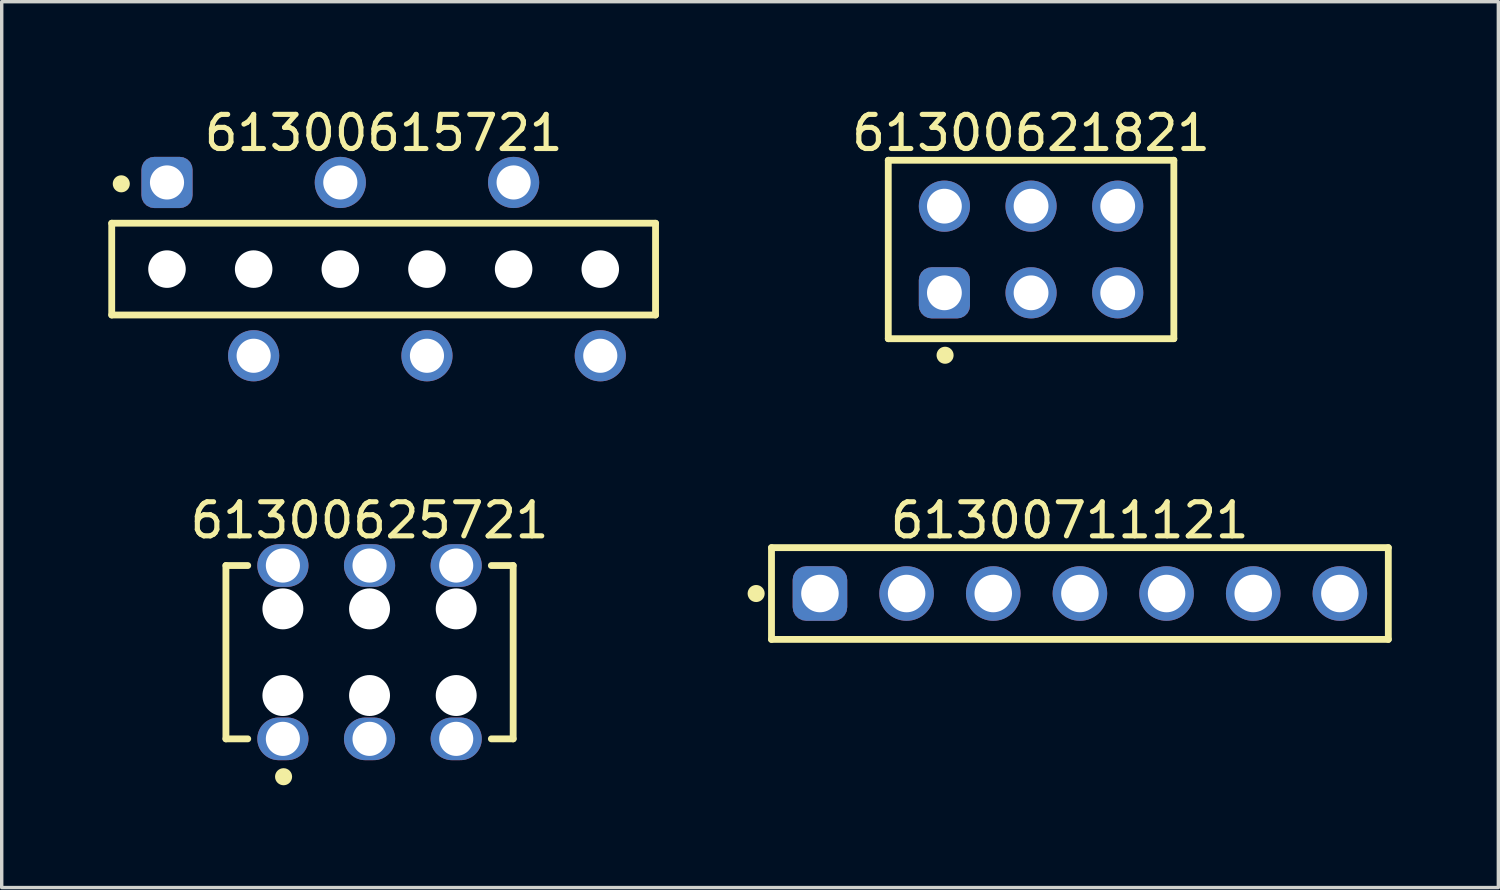
<source format=kicad_pcb>
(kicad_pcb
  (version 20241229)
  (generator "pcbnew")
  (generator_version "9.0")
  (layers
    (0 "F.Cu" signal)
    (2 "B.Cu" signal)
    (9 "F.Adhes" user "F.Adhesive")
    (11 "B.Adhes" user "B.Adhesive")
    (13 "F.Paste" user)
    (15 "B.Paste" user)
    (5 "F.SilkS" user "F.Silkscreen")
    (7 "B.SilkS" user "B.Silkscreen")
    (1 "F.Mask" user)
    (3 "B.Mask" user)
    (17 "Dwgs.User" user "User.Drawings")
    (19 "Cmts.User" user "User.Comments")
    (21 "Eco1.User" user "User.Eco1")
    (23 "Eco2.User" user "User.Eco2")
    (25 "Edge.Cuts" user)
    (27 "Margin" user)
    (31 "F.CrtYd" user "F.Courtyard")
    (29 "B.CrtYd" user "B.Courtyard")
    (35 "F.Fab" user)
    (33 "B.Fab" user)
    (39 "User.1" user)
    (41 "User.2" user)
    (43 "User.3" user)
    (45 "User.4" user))
  (footprint "61300625721"
    (layer "F.Cu")
    (at 7.782 16.067)
    (property "Reference" "61300625721" (at 0 -3.865 0) (layer "F.SilkS") (effects (font (size 1 1) (thickness 0.15))))
    (fp_line (start -4.21 -2.54) (end -3.57 -2.54) (stroke (width 0.2) (type solid)) (layer "F.SilkS"))
    (fp_line (start -4.21 2.54) (end -4.21 -2.54) (stroke (width 0.2) (type solid)) (layer "F.SilkS"))
    (fp_line (start -4.21 2.54) (end -3.57 2.54) (stroke (width 0.2) (type solid)) (layer "F.SilkS"))
    (fp_line (start 3.57 -2.54) (end 4.21 -2.54) (stroke (width 0.2) (type solid)) (layer "F.SilkS"))
    (fp_line (start 3.57 2.54) (end 4.21 2.54) (stroke (width 0.2) (type solid)) (layer "F.SilkS"))
    (fp_line (start 4.21 2.54) (end 4.21 -2.54) (stroke (width 0.2) (type solid)) (layer "F.SilkS"))
    (fp_circle (center -2.52 3.65) (end -2.52 3.525) (stroke (width 0.25) (type solid)) (fill no) (layer "F.SilkS"))
    (fp_line (start -4.41 -3.365) (end 4.41 -3.365) (stroke (width 0.05) (type solid)) (layer "Eco2.User"))
    (fp_line (start -4.41 3.365) (end -4.41 -3.365) (stroke (width 0.05) (type solid)) (layer "Eco2.User"))
    (fp_line (start -4.41 3.365) (end 4.41 3.365) (stroke (width 0.05) (type solid)) (layer "Eco2.User"))
    (fp_line (start -4.11 -2.54) (end 4.11 -2.54) (stroke (width 0.1) (type solid)) (layer "Eco2.User"))
    (fp_line (start -4.11 2.54) (end -4.11 -2.54) (stroke (width 0.1) (type solid)) (layer "Eco2.User"))
    (fp_line (start -4.11 2.54) (end 4.11 2.54) (stroke (width 0.1) (type solid)) (layer "Eco2.User"))
    (fp_line (start -0.5 0) (end 0.5 0) (stroke (width 0.05) (type solid)) (layer "Eco2.User"))
    (fp_line (start 0 0.5) (end 0 -0.5) (stroke (width 0.05) (type solid)) (layer "Eco2.User"))
    (fp_line (start 4.11 2.54) (end 4.11 -2.54) (stroke (width 0.1) (type solid)) (layer "Eco2.User"))
    (fp_line (start 4.41 3.365) (end 4.41 -3.365) (stroke (width 0.05) (type solid)) (layer "Eco2.User"))
    (fp_text user "${REFERENCE}" (at 0.15 -0.197 0) (unlocked yes) (layer "User.3") (effects (font (size 1.5 1.5) (thickness 0.15))))
    (pad "" np_thru_hole circle (at -2.54 -1.27) (size 1.2 1.2) (drill 1.2) (layers "*.Cu" "*.Mask"))
    (pad "" np_thru_hole circle (at -2.54 1.27) (size 1.2 1.2) (drill 1.2) (layers "*.Cu" "*.Mask"))
    (pad "" np_thru_hole circle (at 0 -1.27) (size 1.2 1.2) (drill 1.2) (layers "*.Cu" "*.Mask"))
    (pad "" np_thru_hole circle (at 0 1.27) (size 1.2 1.2) (drill 1.2) (layers "*.Cu" "*.Mask"))
    (pad "" np_thru_hole circle (at 2.54 -1.27) (size 1.2 1.2) (drill 1.2) (layers "*.Cu" "*.Mask"))
    (pad "" np_thru_hole circle (at 2.54 1.27) (size 1.2 1.2) (drill 1.2) (layers "*.Cu" "*.Mask"))
    (pad "1" thru_hole oval (at -2.54 2.54) (size 1.5 1.25) (drill 1) (layers "*.Cu" "*.Mask"))
    (pad "2" thru_hole oval (at -2.54 -2.54) (size 1.5 1.25) (drill 1) (layers "*.Cu" "*.Mask"))
    (pad "3" thru_hole oval (at 0 2.54) (size 1.5 1.25) (drill 1) (layers "*.Cu" "*.Mask"))
    (pad "4" thru_hole oval (at 0 -2.54) (size 1.5 1.25) (drill 1) (layers "*.Cu" "*.Mask"))
    (pad "5" thru_hole oval (at 2.54 2.54) (size 1.5 1.25) (drill 1) (layers "*.Cu" "*.Mask"))
    (pad "6" thru_hole oval (at 2.54 -2.54) (size 1.5 1.25) (drill 1) (layers "*.Cu" "*.Mask")))
  (footprint "61300615721"
    (layer "F.Cu")
    (at 8.195 4.838)
    (property "Reference" "61300615721" (at 0 -3.99 0) (layer "F.SilkS") (effects (font (size 1 1) (thickness 0.15))))
    (fp_line (start -7.97 -1.345) (end 7.97 -1.345) (stroke (width 0.2) (type solid)) (layer "F.SilkS"))
    (fp_line (start -7.97 1.345) (end -7.97 -1.345) (stroke (width 0.2) (type solid)) (layer "F.SilkS"))
    (fp_line (start -7.97 1.345) (end 7.97 1.345) (stroke (width 0.2) (type solid)) (layer "F.SilkS"))
    (fp_line (start 7.97 1.345) (end 7.97 -1.345) (stroke (width 0.2) (type solid)) (layer "F.SilkS"))
    (fp_circle (center -7.69 -2.5) (end -7.69 -2.625) (stroke (width 0.25) (type solid)) (fill no) (layer "F.SilkS"))
    (fp_line (start -8.17 -3.49) (end 8.17 -3.49) (stroke (width 0.05) (type solid)) (layer "Eco2.User"))
    (fp_line (start -8.17 3.49) (end -8.17 -3.49) (stroke (width 0.05) (type solid)) (layer "Eco2.User"))
    (fp_line (start -8.17 3.49) (end 8.17 3.49) (stroke (width 0.05) (type solid)) (layer "Eco2.User"))
    (fp_line (start -7.87 -1.27) (end 7.87 -1.27) (stroke (width 0.1) (type solid)) (layer "Eco2.User"))
    (fp_line (start -7.87 1.27) (end -7.87 -1.27) (stroke (width 0.1) (type solid)) (layer "Eco2.User"))
    (fp_line (start -7.87 1.27) (end 7.87 1.27) (stroke (width 0.1) (type solid)) (layer "Eco2.User"))
    (fp_line (start -6.75 -2.665) (end -5.95 -2.665) (stroke (width 0.1) (type solid)) (layer "Eco2.User"))
    (fp_line (start -6.75 -1.27) (end -6.75 -2.665) (stroke (width 0.1) (type solid)) (layer "Eco2.User"))
    (fp_line (start -5.95 -1.27) (end -5.95 -2.665) (stroke (width 0.1) (type solid)) (layer "Eco2.User"))
    (fp_line (start -4.21 2.665) (end -4.21 1.27) (stroke (width 0.1) (type solid)) (layer "Eco2.User"))
    (fp_line (start -4.21 2.665) (end -3.41 2.665) (stroke (width 0.1) (type solid)) (layer "Eco2.User"))
    (fp_line (start -3.41 2.665) (end -3.41 1.27) (stroke (width 0.1) (type solid)) (layer "Eco2.User"))
    (fp_line (start -1.67 -2.665) (end -0.87 -2.665) (stroke (width 0.1) (type solid)) (layer "Eco2.User"))
    (fp_line (start -1.67 -1.27) (end -1.67 -2.665) (stroke (width 0.1) (type solid)) (layer "Eco2.User"))
    (fp_line (start -0.87 -1.27) (end -0.87 -2.665) (stroke (width 0.1) (type solid)) (layer "Eco2.User"))
    (fp_line (start -0.5 0) (end 0.5 0) (stroke (width 0.05) (type solid)) (layer "Eco2.User"))
    (fp_line (start 0 0.5) (end 0 -0.5) (stroke (width 0.05) (type solid)) (layer "Eco2.User"))
    (fp_line (start 0.87 2.665) (end 0.87 1.27) (stroke (width 0.1) (type solid)) (layer "Eco2.User"))
    (fp_line (start 0.87 2.665) (end 1.67 2.665) (stroke (width 0.1) (type solid)) (layer "Eco2.User"))
    (fp_line (start 1.67 2.665) (end 1.67 1.27) (stroke (width 0.1) (type solid)) (layer "Eco2.User"))
    (fp_line (start 3.41 -2.665) (end 4.21 -2.665) (stroke (width 0.1) (type solid)) (layer "Eco2.User"))
    (fp_line (start 3.41 -1.27) (end 3.41 -2.665) (stroke (width 0.1) (type solid)) (layer "Eco2.User"))
    (fp_line (start 4.21 -1.27) (end 4.21 -2.665) (stroke (width 0.1) (type solid)) (layer "Eco2.User"))
    (fp_line (start 5.95 2.665) (end 5.95 1.27) (stroke (width 0.1) (type solid)) (layer "Eco2.User"))
    (fp_line (start 5.95 2.665) (end 6.75 2.665) (stroke (width 0.1) (type solid)) (layer "Eco2.User"))
    (fp_line (start 6.75 2.665) (end 6.75 1.27) (stroke (width 0.1) (type solid)) (layer "Eco2.User"))
    (fp_line (start 7.87 1.27) (end 7.87 -1.27) (stroke (width 0.1) (type solid)) (layer "Eco2.User"))
    (fp_line (start 8.17 3.49) (end 8.17 -3.49) (stroke (width 0.05) (type solid)) (layer "Eco2.User"))
    (fp_text user "${REFERENCE}" (at 0.15 -0.197 0) (unlocked yes) (layer "User.3") (effects (font (size 1.5 1.5) (thickness 0.15))))
    (pad "" np_thru_hole circle (at -6.35 0 180) (size 1.1 1.1) (drill 1.1) (layers "*.Cu" "*.Mask"))
    (pad "" np_thru_hole circle (at -3.81 0 180) (size 1.1 1.1) (drill 1.1) (layers "*.Cu" "*.Mask"))
    (pad "" np_thru_hole circle (at -1.27 0 180) (size 1.1 1.1) (drill 1.1) (layers "*.Cu" "*.Mask"))
    (pad "" np_thru_hole circle (at 1.27 0 180) (size 1.1 1.1) (drill 1.1) (layers "*.Cu" "*.Mask"))
    (pad "" np_thru_hole circle (at 3.81 0 180) (size 1.1 1.1) (drill 1.1) (layers "*.Cu" "*.Mask"))
    (pad "" np_thru_hole circle (at 6.35 0 180) (size 1.1 1.1) (drill 1.1) (layers "*.Cu" "*.Mask"))
    (pad "1" thru_hole roundrect (at -6.35 -2.54 180) (size 1.5 1.5) (drill 1) (layers "*.Cu" "*.Mask") (roundrect_rratio 0.25))
    (pad "2" thru_hole circle (at -3.81 2.54 180) (size 1.5 1.5) (drill 1) (layers "*.Cu" "*.Mask"))
    (pad "3" thru_hole circle (at -1.27 -2.54 180) (size 1.5 1.5) (drill 1) (layers "*.Cu" "*.Mask"))
    (pad "4" thru_hole circle (at 1.27 2.54 180) (size 1.5 1.5) (drill 1) (layers "*.Cu" "*.Mask"))
    (pad "5" thru_hole circle (at 3.81 -2.54 180) (size 1.5 1.5) (drill 1) (layers "*.Cu" "*.Mask"))
    (pad "6" thru_hole circle (at 6.35 2.54 180) (size 1.5 1.5) (drill 1) (layers "*.Cu" "*.Mask")))
  (footprint "61300621821"
    (layer "F.Cu")
    (at 27.172 4.263)
    (property "Reference" "61300621821" (at 0 -3.415 0) (layer "F.SilkS") (effects (font (size 1 1) (thickness 0.15))))
    (fp_line (start -4.185 -2.615) (end 4.185 -2.615) (stroke (width 0.2) (type solid)) (layer "F.SilkS"))
    (fp_line (start -4.185 2.615) (end -4.185 -2.615) (stroke (width 0.2) (type solid)) (layer "F.SilkS"))
    (fp_line (start -4.185 2.615) (end 4.185 2.615) (stroke (width 0.2) (type solid)) (layer "F.SilkS"))
    (fp_line (start 4.185 2.615) (end 4.185 -2.615) (stroke (width 0.2) (type solid)) (layer "F.SilkS"))
    (fp_circle (center -2.52 3.1) (end -2.52 2.975) (stroke (width 0.25) (type solid)) (fill no) (layer "F.SilkS"))
    (fp_line (start -4.385 -2.815) (end 4.385 -2.815) (stroke (width 0.05) (type solid)) (layer "Eco2.User"))
    (fp_line (start -4.385 2.815) (end -4.385 -2.815) (stroke (width 0.05) (type solid)) (layer "Eco2.User"))
    (fp_line (start -4.385 2.815) (end 4.385 2.815) (stroke (width 0.05) (type solid)) (layer "Eco2.User"))
    (fp_line (start -4.06 -2.54) (end 4.06 -2.54) (stroke (width 0.1) (type solid)) (layer "Eco2.User"))
    (fp_line (start -4.06 2.54) (end -4.06 -2.54) (stroke (width 0.1) (type solid)) (layer "Eco2.User"))
    (fp_line (start -4.06 2.54) (end 4.06 2.54) (stroke (width 0.1) (type solid)) (layer "Eco2.User"))
    (fp_line (start -0.5 0) (end 0.5 0) (stroke (width 0.05) (type solid)) (layer "Eco2.User"))
    (fp_line (start 0 0.5) (end 0 -0.5) (stroke (width 0.05) (type solid)) (layer "Eco2.User"))
    (fp_line (start 4.06 2.54) (end 4.06 -2.54) (stroke (width 0.1) (type solid)) (layer "Eco2.User"))
    (fp_line (start 4.385 2.815) (end 4.385 -2.815) (stroke (width 0.05) (type solid)) (layer "Eco2.User"))
    (fp_text user "${REFERENCE}" (at 0.15 -0.197 0) (unlocked yes) (layer "User.3") (effects (font (size 1.5 1.5) (thickness 0.15))))
    (pad "1" thru_hole roundrect (at -2.54 1.27) (size 1.5 1.5) (drill 1.02) (layers "*.Cu" "*.Mask") (roundrect_rratio 0.25))
    (pad "2" thru_hole circle (at -2.54 -1.27) (size 1.5 1.5) (drill 1.02) (layers "*.Cu" "*.Mask"))
    (pad "3" thru_hole circle (at 0 1.27) (size 1.5 1.5) (drill 1.02) (layers "*.Cu" "*.Mask"))
    (pad "4" thru_hole circle (at 0 -1.27) (size 1.5 1.5) (drill 1.02) (layers "*.Cu" "*.Mask"))
    (pad "5" thru_hole circle (at 2.54 1.27) (size 1.5 1.5) (drill 1.02) (layers "*.Cu" "*.Mask"))
    (pad "6" thru_hole circle (at 2.54 -1.27) (size 1.5 1.5) (drill 1.02) (layers "*.Cu" "*.Mask")))
  (footprint "61300711121"
    (layer "F.Cu")
    (at 28.604 14.347)
    (property "Reference" "61300711121" (at -0.3 -2.145 0) (layer "F.SilkS") (effects (font (size 1 1) (thickness 0.15))))
    (fp_line (start -9.04 -1.345) (end 9.04 -1.345) (stroke (width 0.2) (type solid)) (layer "F.SilkS"))
    (fp_line (start -9.04 1.345) (end -9.04 -1.345) (stroke (width 0.2) (type solid)) (layer "F.SilkS"))
    (fp_line (start -9.04 1.345) (end 9.04 1.345) (stroke (width 0.2) (type solid)) (layer "F.SilkS"))
    (fp_line (start 9.04 1.345) (end 9.04 -1.345) (stroke (width 0.2) (type solid)) (layer "F.SilkS"))
    (fp_circle (center -9.49 0) (end -9.49 -0.125) (stroke (width 0.25) (type solid)) (fill no) (layer "F.SilkS"))
    (fp_line (start -9.24 -1.545) (end 9.24 -1.545) (stroke (width 0.05) (type solid)) (layer "Eco2.User"))
    (fp_line (start -9.24 1.545) (end -9.24 -1.545) (stroke (width 0.05) (type solid)) (layer "Eco2.User"))
    (fp_line (start -9.24 1.545) (end 9.24 1.545) (stroke (width 0.05) (type solid)) (layer "Eco2.User"))
    (fp_line (start -8.89 -1.27) (end 8.89 -1.27) (stroke (width 0.1) (type solid)) (layer "Eco2.User"))
    (fp_line (start -8.89 1.27) (end -8.89 -1.27) (stroke (width 0.1) (type solid)) (layer "Eco2.User"))
    (fp_line (start -8.89 1.27) (end 8.89 1.27) (stroke (width 0.1) (type solid)) (layer "Eco2.User"))
    (fp_line (start -0.5 0) (end 0.5 0) (stroke (width 0.05) (type solid)) (layer "Eco2.User"))
    (fp_line (start 0 0.5) (end 0 -0.5) (stroke (width 0.05) (type solid)) (layer "Eco2.User"))
    (fp_line (start 8.89 1.27) (end 8.89 -1.27) (stroke (width 0.1) (type solid)) (layer "Eco2.User"))
    (fp_line (start 9.24 1.545) (end 9.24 -1.545) (stroke (width 0.05) (type solid)) (layer "Eco2.User"))
    (fp_text user "${REFERENCE}" (at 0.15 -0.197 0) (unlocked yes) (layer "User.3") (effects (font (size 1.5 1.5) (thickness 0.15))))
    (pad "1" thru_hole roundrect (at -7.62 0) (size 1.6 1.6) (drill 1.1) (layers "*.Cu" "*.Mask") (roundrect_rratio 0.25))
    (pad "2" thru_hole circle (at -5.08 0) (size 1.6 1.6) (drill 1.1) (layers "*.Cu" "*.Mask"))
    (pad "3" thru_hole circle (at -2.54 0) (size 1.6 1.6) (drill 1.1) (layers "*.Cu" "*.Mask"))
    (pad "4" thru_hole circle (at 0 0) (size 1.6 1.6) (drill 1.1) (layers "*.Cu" "*.Mask"))
    (pad "5" thru_hole circle (at 2.54 0) (size 1.6 1.6) (drill 1.1) (layers "*.Cu" "*.Mask"))
    (pad "6" thru_hole circle (at 5.08 0) (size 1.6 1.6) (drill 1.1) (layers "*.Cu" "*.Mask"))
    (pad "7" thru_hole circle (at 7.62 0) (size 1.6 1.6) (drill 1.1) (layers "*.Cu" "*.Mask")))
  (gr_rect
    (start -3 -3)
    (end 40.869 22.966)
    (stroke (width 0.1) (type default))
    (fill no)
    (layer "Edge.Cuts")))
</source>
